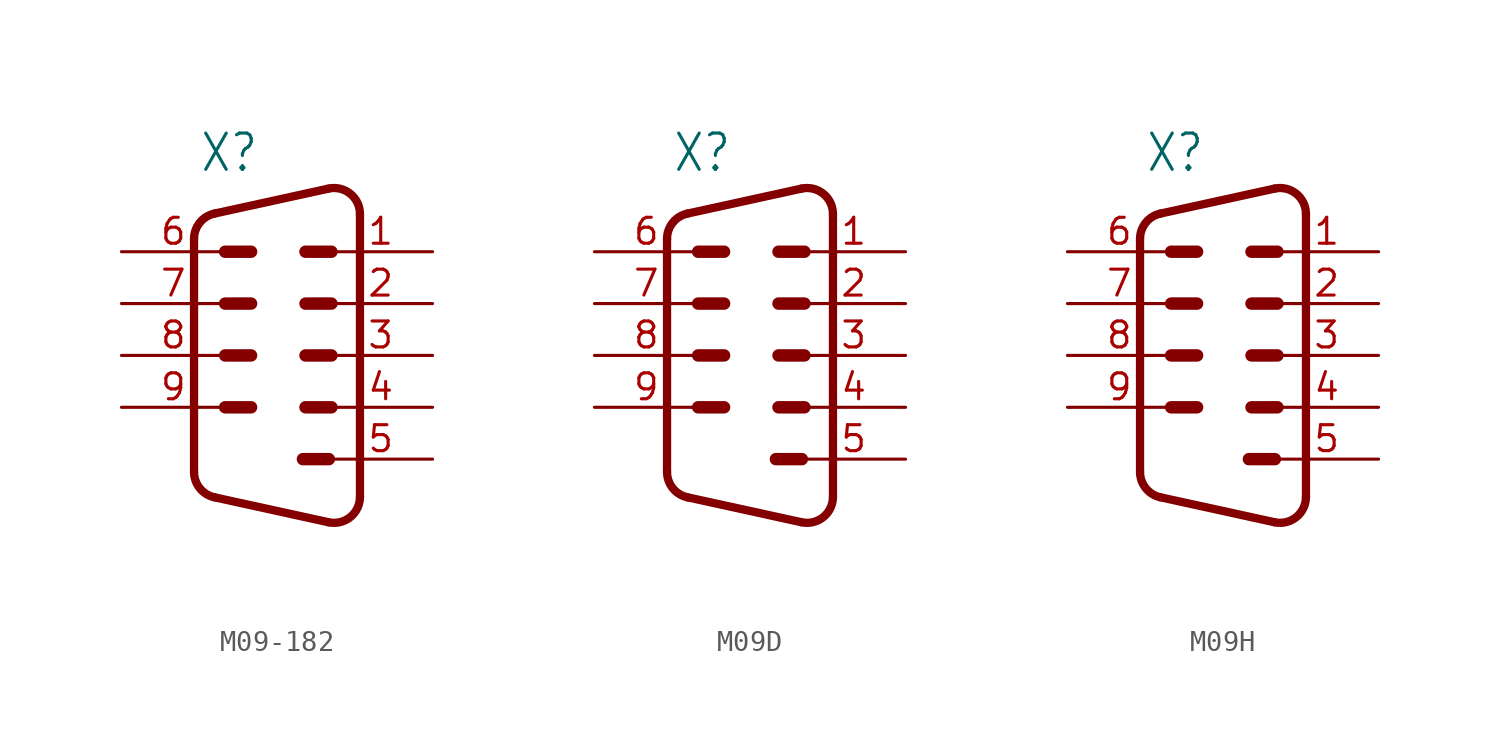
<source format=kicad_sym>
(kicad_symbol_lib
  (version 20220914)
  (generator kicad_symbol_editor)
  (symbol "M09-182"
    (property "Reference" "X"
      (at -3.81 8.89 0)
      (effects (font (size 1.778 1.511)) (justify left bottom)))
    (property "Value" ""
      (at -3.81 -10.795 0)
      (effects (font (size 1.778 1.511)) (justify left bottom)))
    (property "ki_locked" ""
      (at 0 0 0)
      (effects (font (size 1.27 1.27))))
    (symbol "M09-182_1_0"
      (arc (start -4.064 -5.7088) (mid -3.7833 -6.5051) (end -3.0653 -6.9495) (stroke (width 0.4064) (type solid)) (fill (type none)))
      (arc (start -3.0653 6.9495) (mid -3.7833 6.5051) (end -4.064 5.7088) (stroke (width 0.4064) (type solid)) (fill (type none)))
      (polyline (pts (xy -4.064 5.709) (xy -4.064 -5.709)) (stroke (width 0.406) (type solid)) (fill (type none)))
      (polyline (pts (xy -2.54 -2.54) (xy -1.27 -2.54)) (stroke (width 0.61) (type solid)) (fill (type none)))
      (polyline (pts (xy -2.54 0) (xy -1.27 0)) (stroke (width 0.61) (type solid)) (fill (type none)))
      (polyline (pts (xy -2.54 2.54) (xy -1.27 2.54)) (stroke (width 0.61) (type solid)) (fill (type none)))
      (polyline (pts (xy -2.54 5.08) (xy -1.27 5.08)) (stroke (width 0.61) (type solid)) (fill (type none)))
      (polyline (pts (xy 1.27 -5.08) (xy 2.54 -5.08)) (stroke (width 0.61) (type solid)) (fill (type none)))
      (polyline (pts (xy 1.397 -2.54) (xy 2.667 -2.54)) (stroke (width 0.61) (type solid)) (fill (type none)))
      (polyline (pts (xy 1.397 0) (xy 2.667 0)) (stroke (width 0.61) (type solid)) (fill (type none)))
      (polyline (pts (xy 1.397 2.54) (xy 2.667 2.54)) (stroke (width 0.61) (type solid)) (fill (type none)))
      (polyline (pts (xy 1.397 5.08) (xy 2.667 5.08)) (stroke (width 0.61) (type solid)) (fill (type none)))
      (polyline (pts (xy 2.523 -8.172) (xy -3.065 -6.949)) (stroke (width 0.406) (type solid)) (fill (type none)))
      (polyline (pts (xy 2.523 8.172) (xy -3.065 6.949)) (stroke (width 0.406) (type solid)) (fill (type none)))
      (polyline (pts (xy 4.064 6.931) (xy 4.064 -6.931)) (stroke (width 0.406) (type solid)) (fill (type none)))
      (arc (start 2.5226 -8.1718) (mid 3.5901 -7.9204) (end 4.0637 -6.9312) (stroke (width 0.4064) (type solid)) (fill (type none)))
      (arc (start 4.0639 6.9311) (mid 3.5903 7.9205) (end 2.5226 8.1719) (stroke (width 0.4064) (type solid)) (fill (type none)))
      (pin passive line (at 7.62 5.08 180) (length 5.08) (name "1" (effects (font (size 0 0)))) (number "1" (effects (font (size 1.27 1.27)))))
      (pin passive line (at 7.62 2.54 180) (length 5.08) (name "2" (effects (font (size 0 0)))) (number "2" (effects (font (size 1.27 1.27)))))
      (pin passive line (at 7.62 0 180) (length 5.08) (name "3" (effects (font (size 0 0)))) (number "3" (effects (font (size 1.27 1.27)))))
      (pin passive line (at 7.62 -2.54 180) (length 5.08) (name "4" (effects (font (size 0 0)))) (number "4" (effects (font (size 1.27 1.27)))))
      (pin passive line (at 7.62 -5.08 180) (length 5.08) (name "5" (effects (font (size 0 0)))) (number "5" (effects (font (size 1.27 1.27)))))
      (pin passive line (at -7.62 5.08 0) (length 5.08) (name "6" (effects (font (size 0 0)))) (number "6" (effects (font (size 1.27 1.27)))))
      (pin passive line (at -7.62 2.54 0) (length 5.08) (name "7" (effects (font (size 0 0)))) (number "7" (effects (font (size 1.27 1.27)))))
      (pin passive line (at -7.62 0 0) (length 5.08) (name "8" (effects (font (size 0 0)))) (number "8" (effects (font (size 1.27 1.27)))))
      (pin passive line (at -7.62 -2.54 0) (length 5.08) (name "9" (effects (font (size 0 0)))) (number "9" (effects (font (size 1.27 1.27)))))))
  (symbol "M09D"
    (property "Reference" "X"
      (at -3.81 8.89 0)
      (effects (font (size 1.778 1.511)) (justify left bottom)))
    (property "Value" ""
      (at -3.81 -10.795 0)
      (effects (font (size 1.778 1.511)) (justify left bottom)))
    (property "ki_locked" ""
      (at 0 0 0)
      (effects (font (size 1.27 1.27))))
    (symbol "M09D_1_0"
      (arc (start -4.064 -5.7088) (mid -3.7833 -6.5051) (end -3.0653 -6.9495) (stroke (width 0.4064) (type solid)) (fill (type none)))
      (arc (start -3.0653 6.9495) (mid -3.7833 6.5051) (end -4.064 5.7088) (stroke (width 0.4064) (type solid)) (fill (type none)))
      (polyline (pts (xy -4.064 5.709) (xy -4.064 -5.709)) (stroke (width 0.406) (type solid)) (fill (type none)))
      (polyline (pts (xy -2.54 -2.54) (xy -1.27 -2.54)) (stroke (width 0.61) (type solid)) (fill (type none)))
      (polyline (pts (xy -2.54 0) (xy -1.27 0)) (stroke (width 0.61) (type solid)) (fill (type none)))
      (polyline (pts (xy -2.54 2.54) (xy -1.27 2.54)) (stroke (width 0.61) (type solid)) (fill (type none)))
      (polyline (pts (xy -2.54 5.08) (xy -1.27 5.08)) (stroke (width 0.61) (type solid)) (fill (type none)))
      (polyline (pts (xy 1.27 -5.08) (xy 2.54 -5.08)) (stroke (width 0.61) (type solid)) (fill (type none)))
      (polyline (pts (xy 1.397 -2.54) (xy 2.667 -2.54)) (stroke (width 0.61) (type solid)) (fill (type none)))
      (polyline (pts (xy 1.397 0) (xy 2.667 0)) (stroke (width 0.61) (type solid)) (fill (type none)))
      (polyline (pts (xy 1.397 2.54) (xy 2.667 2.54)) (stroke (width 0.61) (type solid)) (fill (type none)))
      (polyline (pts (xy 1.397 5.08) (xy 2.667 5.08)) (stroke (width 0.61) (type solid)) (fill (type none)))
      (polyline (pts (xy 2.523 -8.172) (xy -3.065 -6.949)) (stroke (width 0.406) (type solid)) (fill (type none)))
      (polyline (pts (xy 2.523 8.172) (xy -3.065 6.949)) (stroke (width 0.406) (type solid)) (fill (type none)))
      (polyline (pts (xy 4.064 6.931) (xy 4.064 -6.931)) (stroke (width 0.406) (type solid)) (fill (type none)))
      (arc (start 2.5226 -8.1718) (mid 3.5901 -7.9204) (end 4.0637 -6.9312) (stroke (width 0.4064) (type solid)) (fill (type none)))
      (arc (start 4.0639 6.9311) (mid 3.5903 7.9205) (end 2.5226 8.1719) (stroke (width 0.4064) (type solid)) (fill (type none)))
      (pin passive line (at 7.62 5.08 180) (length 5.08) (name "1" (effects (font (size 0 0)))) (number "1" (effects (font (size 1.27 1.27)))))
      (pin passive line (at 7.62 2.54 180) (length 5.08) (name "2" (effects (font (size 0 0)))) (number "2" (effects (font (size 1.27 1.27)))))
      (pin passive line (at 7.62 0 180) (length 5.08) (name "3" (effects (font (size 0 0)))) (number "3" (effects (font (size 1.27 1.27)))))
      (pin passive line (at 7.62 -2.54 180) (length 5.08) (name "4" (effects (font (size 0 0)))) (number "4" (effects (font (size 1.27 1.27)))))
      (pin passive line (at 7.62 -5.08 180) (length 5.08) (name "5" (effects (font (size 0 0)))) (number "5" (effects (font (size 1.27 1.27)))))
      (pin passive line (at -7.62 5.08 0) (length 5.08) (name "6" (effects (font (size 0 0)))) (number "6" (effects (font (size 1.27 1.27)))))
      (pin passive line (at -7.62 2.54 0) (length 5.08) (name "7" (effects (font (size 0 0)))) (number "7" (effects (font (size 1.27 1.27)))))
      (pin passive line (at -7.62 0 0) (length 5.08) (name "8" (effects (font (size 0 0)))) (number "8" (effects (font (size 1.27 1.27)))))
      (pin passive line (at -7.62 -2.54 0) (length 5.08) (name "9" (effects (font (size 0 0)))) (number "9" (effects (font (size 1.27 1.27)))))))
  (symbol "M09H"
    (property "Reference" "X"
      (at -3.81 8.89 0)
      (effects (font (size 1.778 1.511)) (justify left bottom)))
    (property "Value" ""
      (at -3.81 -10.795 0)
      (effects (font (size 1.778 1.511)) (justify left bottom)))
    (property "ki_locked" ""
      (at 0 0 0)
      (effects (font (size 1.27 1.27))))
    (symbol "M09H_1_0"
      (arc (start -4.064 -5.7088) (mid -3.7833 -6.5051) (end -3.0653 -6.9495) (stroke (width 0.4064) (type solid)) (fill (type none)))
      (arc (start -3.0653 6.9495) (mid -3.7833 6.5051) (end -4.064 5.7088) (stroke (width 0.4064) (type solid)) (fill (type none)))
      (polyline (pts (xy -4.064 5.709) (xy -4.064 -5.709)) (stroke (width 0.406) (type solid)) (fill (type none)))
      (polyline (pts (xy -2.54 -2.54) (xy -1.27 -2.54)) (stroke (width 0.61) (type solid)) (fill (type none)))
      (polyline (pts (xy -2.54 0) (xy -1.27 0)) (stroke (width 0.61) (type solid)) (fill (type none)))
      (polyline (pts (xy -2.54 2.54) (xy -1.27 2.54)) (stroke (width 0.61) (type solid)) (fill (type none)))
      (polyline (pts (xy -2.54 5.08) (xy -1.27 5.08)) (stroke (width 0.61) (type solid)) (fill (type none)))
      (polyline (pts (xy 1.27 -5.08) (xy 2.54 -5.08)) (stroke (width 0.61) (type solid)) (fill (type none)))
      (polyline (pts (xy 1.397 -2.54) (xy 2.667 -2.54)) (stroke (width 0.61) (type solid)) (fill (type none)))
      (polyline (pts (xy 1.397 0) (xy 2.667 0)) (stroke (width 0.61) (type solid)) (fill (type none)))
      (polyline (pts (xy 1.397 2.54) (xy 2.667 2.54)) (stroke (width 0.61) (type solid)) (fill (type none)))
      (polyline (pts (xy 1.397 5.08) (xy 2.667 5.08)) (stroke (width 0.61) (type solid)) (fill (type none)))
      (polyline (pts (xy 2.523 -8.172) (xy -3.065 -6.949)) (stroke (width 0.406) (type solid)) (fill (type none)))
      (polyline (pts (xy 2.523 8.172) (xy -3.065 6.949)) (stroke (width 0.406) (type solid)) (fill (type none)))
      (polyline (pts (xy 4.064 6.931) (xy 4.064 -6.931)) (stroke (width 0.406) (type solid)) (fill (type none)))
      (arc (start 2.5226 -8.1718) (mid 3.5901 -7.9204) (end 4.0637 -6.9312) (stroke (width 0.4064) (type solid)) (fill (type none)))
      (arc (start 4.0639 6.9311) (mid 3.5903 7.9205) (end 2.5226 8.1719) (stroke (width 0.4064) (type solid)) (fill (type none)))
      (pin passive line (at 7.62 5.08 180) (length 5.08) (name "1" (effects (font (size 0 0)))) (number "1" (effects (font (size 1.27 1.27)))))
      (pin passive line (at 7.62 2.54 180) (length 5.08) (name "2" (effects (font (size 0 0)))) (number "2" (effects (font (size 1.27 1.27)))))
      (pin passive line (at 7.62 0 180) (length 5.08) (name "3" (effects (font (size 0 0)))) (number "3" (effects (font (size 1.27 1.27)))))
      (pin passive line (at 7.62 -2.54 180) (length 5.08) (name "4" (effects (font (size 0 0)))) (number "4" (effects (font (size 1.27 1.27)))))
      (pin passive line (at 7.62 -5.08 180) (length 5.08) (name "5" (effects (font (size 0 0)))) (number "5" (effects (font (size 1.27 1.27)))))
      (pin passive line (at -7.62 5.08 0) (length 5.08) (name "6" (effects (font (size 0 0)))) (number "6" (effects (font (size 1.27 1.27)))))
      (pin passive line (at -7.62 2.54 0) (length 5.08) (name "7" (effects (font (size 0 0)))) (number "7" (effects (font (size 1.27 1.27)))))
      (pin passive line (at -7.62 0 0) (length 5.08) (name "8" (effects (font (size 0 0)))) (number "8" (effects (font (size 1.27 1.27)))))
      (pin passive line (at -7.62 -2.54 0) (length 5.08) (name "9" (effects (font (size 0 0)))) (number "9" (effects (font (size 1.27 1.27))))))))
</source>
